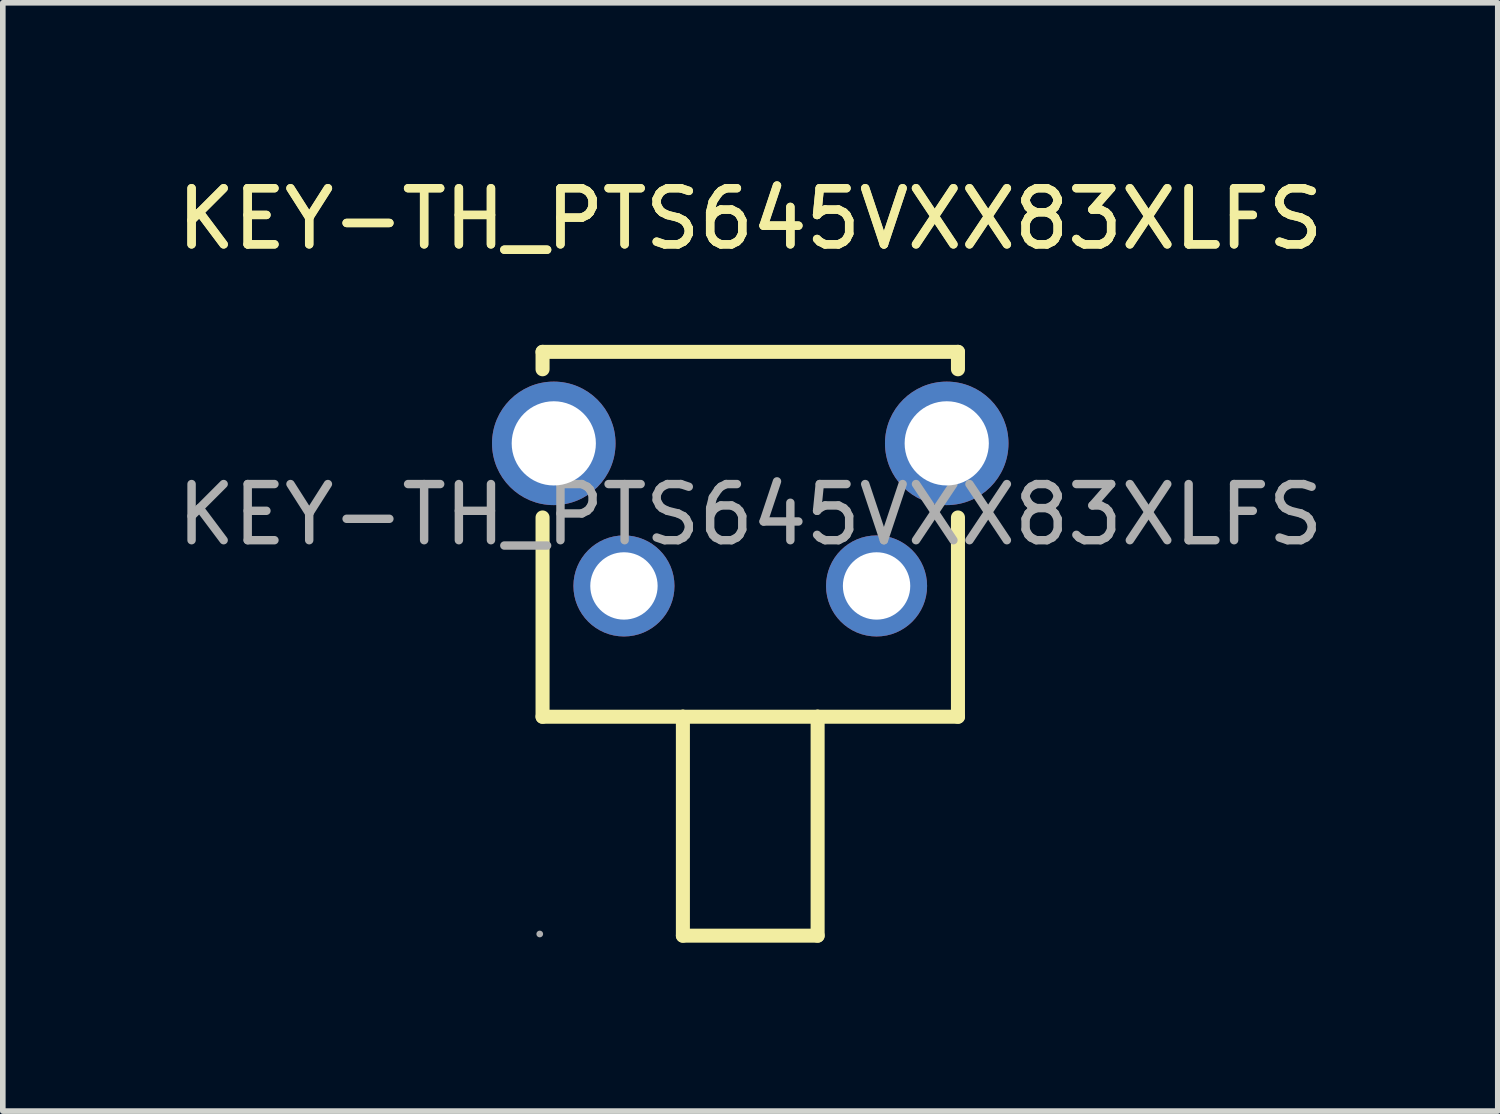
<source format=kicad_pcb>
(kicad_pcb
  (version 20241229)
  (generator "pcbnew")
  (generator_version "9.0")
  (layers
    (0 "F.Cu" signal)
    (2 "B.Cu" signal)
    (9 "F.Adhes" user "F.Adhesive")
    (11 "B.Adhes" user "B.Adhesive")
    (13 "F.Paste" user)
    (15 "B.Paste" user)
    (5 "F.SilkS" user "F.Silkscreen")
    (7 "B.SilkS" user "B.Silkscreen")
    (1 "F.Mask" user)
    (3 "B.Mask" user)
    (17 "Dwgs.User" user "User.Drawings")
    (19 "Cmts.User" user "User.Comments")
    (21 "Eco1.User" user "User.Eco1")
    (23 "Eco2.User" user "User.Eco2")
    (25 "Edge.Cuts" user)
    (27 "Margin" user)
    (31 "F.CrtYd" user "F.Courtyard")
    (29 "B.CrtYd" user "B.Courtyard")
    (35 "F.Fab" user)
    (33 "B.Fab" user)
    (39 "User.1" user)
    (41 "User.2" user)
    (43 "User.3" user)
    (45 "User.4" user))
  (footprint "KEY-TH_PTS645VXX83XLFS"
    (layer "F.Cu")
    (at 10.315 6.118)
    (property "Reference" "KEY-TH_PTS645VXX83XLFS" (at 0 -5.27 0) (layer "F.SilkS") (effects (font (size 1 1) (thickness 0.15))))
    (attr through_hole)
    (fp_line (start -3.7 -2.9) (end 3.7 -2.9) (stroke (width 0.25) (type solid)) (layer "F.SilkS"))
    (fp_line (start -3.7 -2.59) (end -3.7 -2.9) (stroke (width 0.25) (type solid)) (layer "F.SilkS"))
    (fp_line (start -3.7 3.6) (end -3.7 0.05) (stroke (width 0.25) (type solid)) (layer "F.SilkS"))
    (fp_line (start -1.2 3.6) (end -3.7 3.6) (stroke (width 0.25) (type solid)) (layer "F.SilkS"))
    (fp_line (start -1.2 3.6) (end 1.2 3.6) (stroke (width 0.25) (type solid)) (layer "F.SilkS"))
    (fp_line (start -1.2 7.5) (end -1.2 3.6) (stroke (width 0.25) (type solid)) (layer "F.SilkS"))
    (fp_line (start 1.2 3.6) (end 1.2 7.5) (stroke (width 0.25) (type solid)) (layer "F.SilkS"))
    (fp_line (start 1.2 7.5) (end -1.2 7.5) (stroke (width 0.25) (type solid)) (layer "F.SilkS"))
    (fp_line (start 3.7 -2.9) (end 3.7 -2.59) (stroke (width 0.25) (type solid)) (layer "F.SilkS"))
    (fp_line (start 3.7 0.05) (end 3.7 3.6) (stroke (width 0.25) (type solid)) (layer "F.SilkS"))
    (fp_line (start 3.7 3.6) (end 1.2 3.6) (stroke (width 0.25) (type solid)) (layer "F.SilkS"))
    (fp_circle (center -3.75 7.47) (end -3.72 7.47) (stroke (width 0.06) (type solid)) (fill no) (layer "F.Fab"))
    (fp_text user "${REFERENCE}" (at 0 -5.27 0) (layer "F.SilkS") (effects (font (size 1 1) (thickness 0.15))))
    (fp_text user "${REFERENCE}" (at 0 0 0) (layer "F.Fab") (effects (font (size 1 1) (thickness 0.15))))
    (pad "1" thru_hole circle (at -2.25 1.27) (size 1.8 1.8) (drill 1.2) (layers "*.Cu" "*.Mask"))
    (pad "2" thru_hole circle (at 2.25 1.27) (size 1.8 1.8) (drill 1.2) (layers "*.Cu" "*.Mask"))
    (pad "3" thru_hole circle (at -3.5 -1.27) (size 2.2 2.2) (drill 1.5) (layers "*.Cu" "*.Mask"))
    (pad "4" thru_hole circle (at 3.5 -1.27) (size 2.2 2.2) (drill 1.5) (layers "*.Cu" "*.Mask")))
  (gr_rect
    (start -3 -3)
    (end 23.631 16.743)
    (stroke (width 0.1) (type default))
    (fill no)
    (layer "Edge.Cuts")))
</source>
